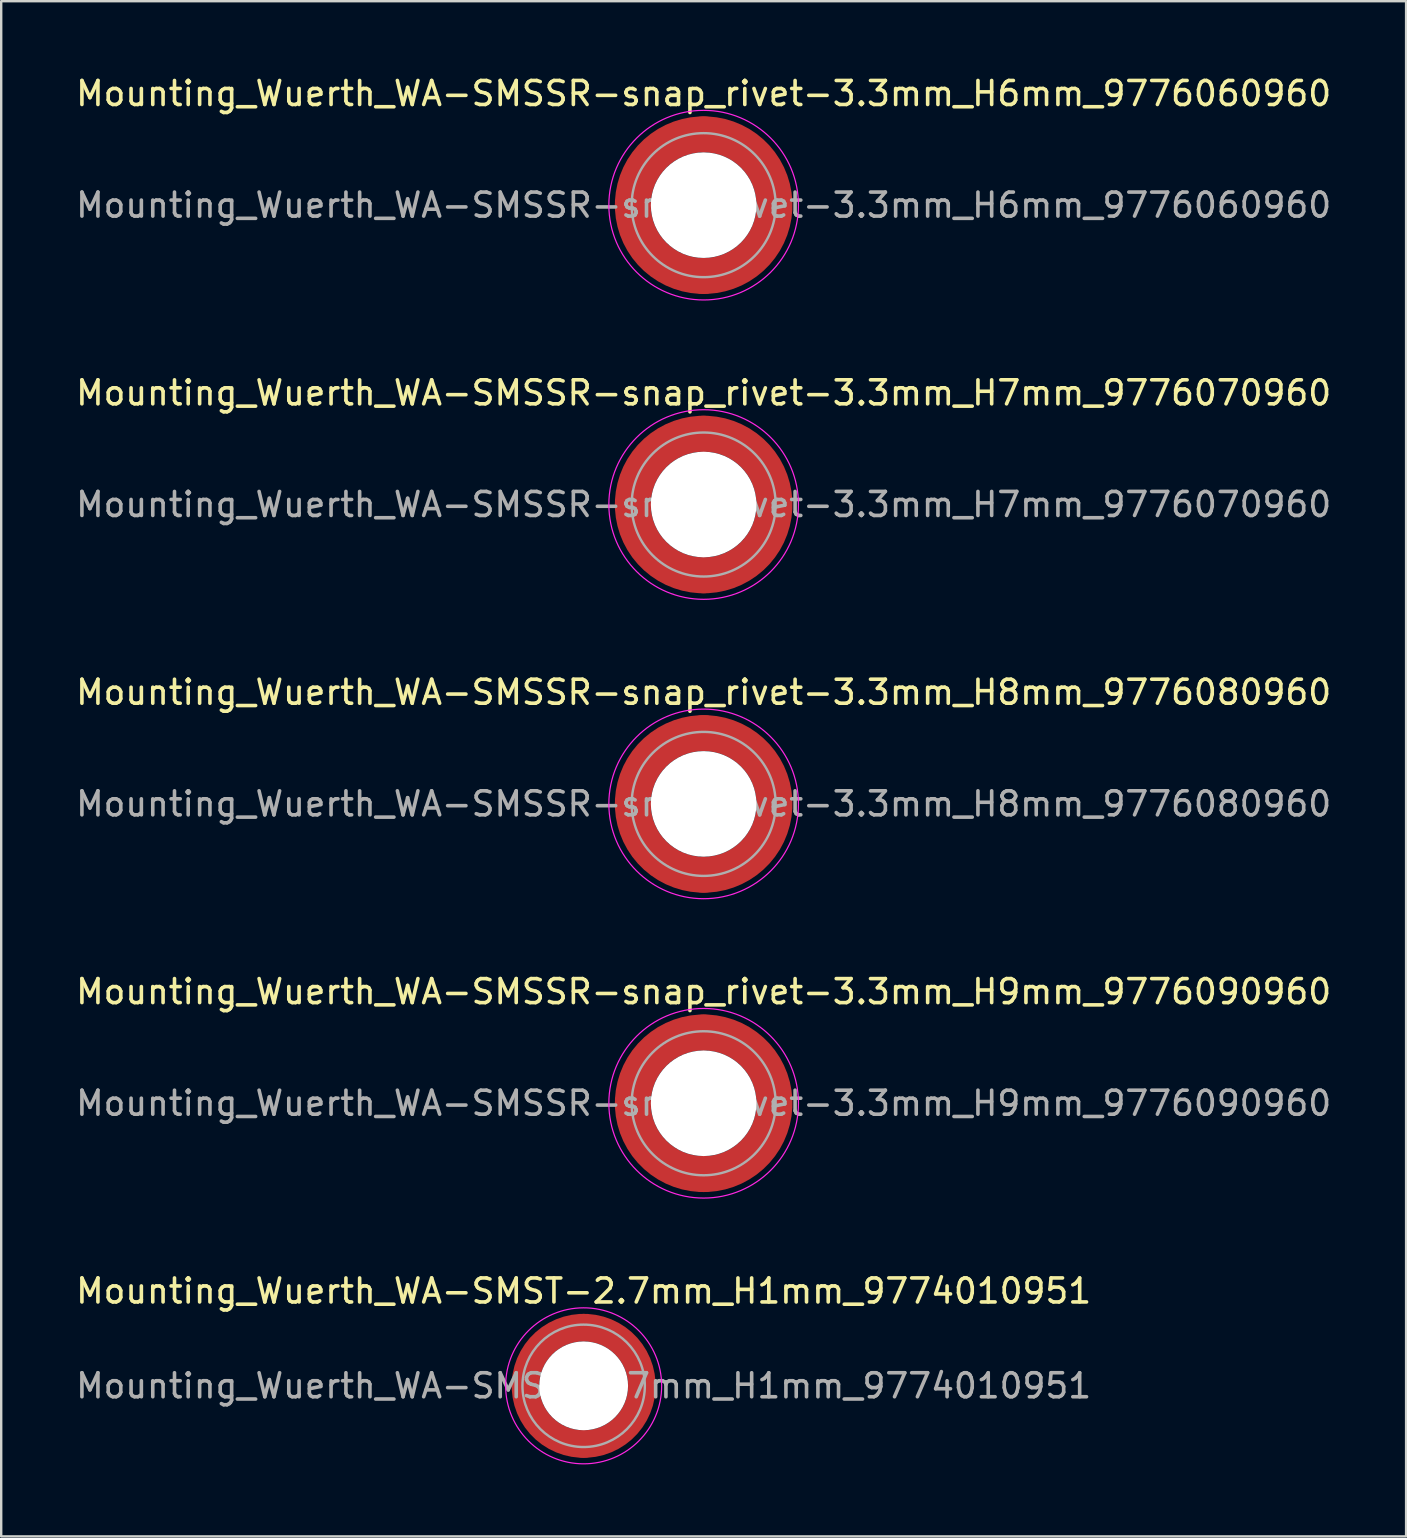
<source format=kicad_pcb>
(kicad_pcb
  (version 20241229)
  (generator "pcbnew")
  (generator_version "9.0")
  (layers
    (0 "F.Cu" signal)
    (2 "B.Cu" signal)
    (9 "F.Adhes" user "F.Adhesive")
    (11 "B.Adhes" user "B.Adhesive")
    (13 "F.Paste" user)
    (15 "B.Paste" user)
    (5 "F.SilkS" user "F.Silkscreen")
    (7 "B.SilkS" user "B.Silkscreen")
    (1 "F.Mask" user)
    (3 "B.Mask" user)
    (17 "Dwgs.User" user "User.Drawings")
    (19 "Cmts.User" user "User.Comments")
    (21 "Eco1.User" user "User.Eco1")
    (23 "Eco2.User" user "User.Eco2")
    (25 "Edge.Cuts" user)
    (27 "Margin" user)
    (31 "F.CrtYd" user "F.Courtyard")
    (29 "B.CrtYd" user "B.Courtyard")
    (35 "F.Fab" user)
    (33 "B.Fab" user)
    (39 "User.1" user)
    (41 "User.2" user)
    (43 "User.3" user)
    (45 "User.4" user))
  (footprint "Mounting_Wuerth_WA-SMSSR-snap_rivet-3.3mm_H7mm_9776070960"
    (layer "F.Cu")
    (at 26.268 17.971)
    (property "Reference" "Mounting_Wuerth_WA-SMSSR-snap_rivet-3.3mm_H7mm_9776070960" (at 0 -4.65 0) (layer "F.SilkS") (effects (font (size 1 1) (thickness 0.15))))
    (attr smd)
    (fp_circle (center 0 0) (end 3.95 0) (stroke (width 0.05) (type solid)) (fill no) (layer "F.CrtYd"))
    (fp_circle (center 0 0) (end 3 0) (stroke (width 0.1) (type solid)) (fill no) (layer "F.Fab"))
    (fp_text user "${REFERENCE}" (at 0 0 0) (layer "F.Fab") (effects (font (size 1 1) (thickness 0.15))))
    (pad "" smd custom (at -2.077 -2.077) (size 1.395 1.395) (layers "F.Paste") (options (anchor circle)) (primitives (gr_arc (start -0.400978 1.328376) (mid 0.246603 0.246603) (end 1.328376 -0.400978) (width 0.6975)) (gr_arc (start -0.763346 1.328376) (mid 0 0) (end 1.328376 -0.763346) (width 0.6975)) (gr_arc (start -1.122688 1.328376) (mid -0.246603 -0.246603) (end 1.328376 -1.122688) (width 0.6975)) (gr_line (start 1.328 -0.401) (end 1.328 -1.123) (width 0.698)) (gr_line (start -0.401 1.328) (end -1.123 1.328) (width 0.698))))
    (pad "" smd custom (at -2.077 2.077) (size 1.395 1.395) (layers "F.Paste") (options (anchor circle)) (primitives (gr_arc (start 1.328376 0.400978) (mid 0.246603 -0.246603) (end -0.400978 -1.328376) (width 0.6975)) (gr_arc (start 1.328376 0.763346) (mid 0 0) (end -0.763346 -1.328376) (width 0.6975)) (gr_arc (start 1.328376 1.122688) (mid -0.246603 0.246603) (end -1.122688 -1.328376) (width 0.6975)) (gr_line (start -0.401 -1.328) (end -1.123 -1.328) (width 0.698)) (gr_line (start 1.328 0.401) (end 1.328 1.123) (width 0.698))))
    (pad "" np_thru_hole circle (at 0 0) (size 4.4 4.4) (drill 4.4) (layers "*.Cu" "*.Mask"))
    (pad "" smd custom (at 2.077 -2.077) (size 1.395 1.395) (layers "F.Paste") (options (anchor circle)) (primitives (gr_arc (start -1.328376 -0.400978) (mid -0.246603 0.246603) (end 0.400978 1.328376) (width 0.6975)) (gr_arc (start -1.328376 -0.763346) (mid 0 0) (end 0.763346 1.328376) (width 0.6975)) (gr_arc (start -1.328376 -1.122688) (mid 0.246603 -0.246603) (end 1.122688 1.328376) (width 0.6975)) (gr_line (start 0.401 1.328) (end 1.123 1.328) (width 0.698)) (gr_line (start -1.328 -0.401) (end -1.328 -1.123) (width 0.698))))
    (pad "" smd custom (at 2.077 2.077) (size 1.395 1.395) (layers "F.Paste") (options (anchor circle)) (primitives (gr_arc (start 0.400978 -1.328376) (mid -0.246603 -0.246603) (end -1.328376 0.400978) (width 0.6975)) (gr_arc (start 0.763346 -1.328376) (mid 0 0) (end -1.328376 0.763346) (width 0.6975)) (gr_arc (start 1.122688 -1.328376) (mid 0.246603 0.246603) (end -1.328376 1.122688) (width 0.6975)) (gr_line (start -1.328 0.401) (end -1.328 1.123) (width 0.698)) (gr_line (start 0.401 -1.328) (end 1.123 -1.328) (width 0.698))))
    (pad "1" smd circle (at -2.95 0) (size 1.5 1.5) (layers "F.Cu"))
    (pad "1" smd circle (at 0 -2.95) (size 1.5 1.5) (layers "F.Cu"))
    (pad "1" smd circle (at 0 2.95) (size 1.5 1.5) (layers "F.Cu"))
    (pad "1" smd custom (at 2.95 0) (size 1.5 1.5) (layers "F.Cu" "F.Mask") (options (anchor circle)) (primitives (gr_circle (center -2.95 0) (end 0 0) (width 1.5) (fill no)))))
  (footprint "Mounting_Wuerth_WA-SMSSR-snap_rivet-3.3mm_H8mm_9776080960"
    (layer "F.Cu")
    (at 26.268 30.445)
    (property "Reference" "Mounting_Wuerth_WA-SMSSR-snap_rivet-3.3mm_H8mm_9776080960" (at 0 -4.65 0) (layer "F.SilkS") (effects (font (size 1 1) (thickness 0.15))))
    (attr smd)
    (fp_circle (center 0 0) (end 3.95 0) (stroke (width 0.05) (type solid)) (fill no) (layer "F.CrtYd"))
    (fp_circle (center 0 0) (end 3 0) (stroke (width 0.1) (type solid)) (fill no) (layer "F.Fab"))
    (fp_text user "${REFERENCE}" (at 0 0 0) (layer "F.Fab") (effects (font (size 1 1) (thickness 0.15))))
    (pad "" smd custom (at -2.077 -2.077) (size 1.395 1.395) (layers "F.Paste") (options (anchor circle)) (primitives (gr_arc (start -0.400978 1.328376) (mid 0.246603 0.246603) (end 1.328376 -0.400978) (width 0.6975)) (gr_arc (start -0.763346 1.328376) (mid 0 0) (end 1.328376 -0.763346) (width 0.6975)) (gr_arc (start -1.122688 1.328376) (mid -0.246603 -0.246603) (end 1.328376 -1.122688) (width 0.6975)) (gr_line (start 1.328 -0.401) (end 1.328 -1.123) (width 0.698)) (gr_line (start -0.401 1.328) (end -1.123 1.328) (width 0.698))))
    (pad "" smd custom (at -2.077 2.077) (size 1.395 1.395) (layers "F.Paste") (options (anchor circle)) (primitives (gr_arc (start 1.328376 0.400978) (mid 0.246603 -0.246603) (end -0.400978 -1.328376) (width 0.6975)) (gr_arc (start 1.328376 0.763346) (mid 0 0) (end -0.763346 -1.328376) (width 0.6975)) (gr_arc (start 1.328376 1.122688) (mid -0.246603 0.246603) (end -1.122688 -1.328376) (width 0.6975)) (gr_line (start -0.401 -1.328) (end -1.123 -1.328) (width 0.698)) (gr_line (start 1.328 0.401) (end 1.328 1.123) (width 0.698))))
    (pad "" np_thru_hole circle (at 0 0) (size 4.4 4.4) (drill 4.4) (layers "*.Cu" "*.Mask"))
    (pad "" smd custom (at 2.077 -2.077) (size 1.395 1.395) (layers "F.Paste") (options (anchor circle)) (primitives (gr_arc (start -1.328376 -0.400978) (mid -0.246603 0.246603) (end 0.400978 1.328376) (width 0.6975)) (gr_arc (start -1.328376 -0.763346) (mid 0 0) (end 0.763346 1.328376) (width 0.6975)) (gr_arc (start -1.328376 -1.122688) (mid 0.246603 -0.246603) (end 1.122688 1.328376) (width 0.6975)) (gr_line (start 0.401 1.328) (end 1.123 1.328) (width 0.698)) (gr_line (start -1.328 -0.401) (end -1.328 -1.123) (width 0.698))))
    (pad "" smd custom (at 2.077 2.077) (size 1.395 1.395) (layers "F.Paste") (options (anchor circle)) (primitives (gr_arc (start 0.400978 -1.328376) (mid -0.246603 -0.246603) (end -1.328376 0.400978) (width 0.6975)) (gr_arc (start 0.763346 -1.328376) (mid 0 0) (end -1.328376 0.763346) (width 0.6975)) (gr_arc (start 1.122688 -1.328376) (mid 0.246603 0.246603) (end -1.328376 1.122688) (width 0.6975)) (gr_line (start -1.328 0.401) (end -1.328 1.123) (width 0.698)) (gr_line (start 0.401 -1.328) (end 1.123 -1.328) (width 0.698))))
    (pad "1" smd circle (at -2.95 0) (size 1.5 1.5) (layers "F.Cu"))
    (pad "1" smd circle (at 0 -2.95) (size 1.5 1.5) (layers "F.Cu"))
    (pad "1" smd circle (at 0 2.95) (size 1.5 1.5) (layers "F.Cu"))
    (pad "1" smd custom (at 2.95 0) (size 1.5 1.5) (layers "F.Cu" "F.Mask") (options (anchor circle)) (primitives (gr_circle (center -2.95 0) (end 0 0) (width 1.5) (fill no)))))
  (footprint "Mounting_Wuerth_WA-SMSSR-snap_rivet-3.3mm_H9mm_9776090960"
    (layer "F.Cu")
    (at 26.268 42.918)
    (property "Reference" "Mounting_Wuerth_WA-SMSSR-snap_rivet-3.3mm_H9mm_9776090960" (at 0 -4.65 0) (layer "F.SilkS") (effects (font (size 1 1) (thickness 0.15))))
    (attr smd)
    (fp_circle (center 0 0) (end 3.95 0) (stroke (width 0.05) (type solid)) (fill no) (layer "F.CrtYd"))
    (fp_circle (center 0 0) (end 3 0) (stroke (width 0.1) (type solid)) (fill no) (layer "F.Fab"))
    (fp_text user "${REFERENCE}" (at 0 0 0) (layer "F.Fab") (effects (font (size 1 1) (thickness 0.15))))
    (pad "" smd custom (at -2.077 -2.077) (size 1.395 1.395) (layers "F.Paste") (options (anchor circle)) (primitives (gr_arc (start -0.400978 1.328376) (mid 0.246603 0.246603) (end 1.328376 -0.400978) (width 0.6975)) (gr_arc (start -0.763346 1.328376) (mid 0 0) (end 1.328376 -0.763346) (width 0.6975)) (gr_arc (start -1.122688 1.328376) (mid -0.246603 -0.246603) (end 1.328376 -1.122688) (width 0.6975)) (gr_line (start 1.328 -0.401) (end 1.328 -1.123) (width 0.698)) (gr_line (start -0.401 1.328) (end -1.123 1.328) (width 0.698))))
    (pad "" smd custom (at -2.077 2.077) (size 1.395 1.395) (layers "F.Paste") (options (anchor circle)) (primitives (gr_arc (start 1.328376 0.400978) (mid 0.246603 -0.246603) (end -0.400978 -1.328376) (width 0.6975)) (gr_arc (start 1.328376 0.763346) (mid 0 0) (end -0.763346 -1.328376) (width 0.6975)) (gr_arc (start 1.328376 1.122688) (mid -0.246603 0.246603) (end -1.122688 -1.328376) (width 0.6975)) (gr_line (start -0.401 -1.328) (end -1.123 -1.328) (width 0.698)) (gr_line (start 1.328 0.401) (end 1.328 1.123) (width 0.698))))
    (pad "" np_thru_hole circle (at 0 0) (size 4.4 4.4) (drill 4.4) (layers "*.Cu" "*.Mask"))
    (pad "" smd custom (at 2.077 -2.077) (size 1.395 1.395) (layers "F.Paste") (options (anchor circle)) (primitives (gr_arc (start -1.328376 -0.400978) (mid -0.246603 0.246603) (end 0.400978 1.328376) (width 0.6975)) (gr_arc (start -1.328376 -0.763346) (mid 0 0) (end 0.763346 1.328376) (width 0.6975)) (gr_arc (start -1.328376 -1.122688) (mid 0.246603 -0.246603) (end 1.122688 1.328376) (width 0.6975)) (gr_line (start 0.401 1.328) (end 1.123 1.328) (width 0.698)) (gr_line (start -1.328 -0.401) (end -1.328 -1.123) (width 0.698))))
    (pad "" smd custom (at 2.077 2.077) (size 1.395 1.395) (layers "F.Paste") (options (anchor circle)) (primitives (gr_arc (start 0.400978 -1.328376) (mid -0.246603 -0.246603) (end -1.328376 0.400978) (width 0.6975)) (gr_arc (start 0.763346 -1.328376) (mid 0 0) (end -1.328376 0.763346) (width 0.6975)) (gr_arc (start 1.122688 -1.328376) (mid 0.246603 0.246603) (end -1.328376 1.122688) (width 0.6975)) (gr_line (start -1.328 0.401) (end -1.328 1.123) (width 0.698)) (gr_line (start 0.401 -1.328) (end 1.123 -1.328) (width 0.698))))
    (pad "1" smd circle (at -2.95 0) (size 1.5 1.5) (layers "F.Cu"))
    (pad "1" smd circle (at 0 -2.95) (size 1.5 1.5) (layers "F.Cu"))
    (pad "1" smd circle (at 0 2.95) (size 1.5 1.5) (layers "F.Cu"))
    (pad "1" smd custom (at 2.95 0) (size 1.5 1.5) (layers "F.Cu" "F.Mask") (options (anchor circle)) (primitives (gr_circle (center -2.95 0) (end 0 0) (width 1.5) (fill no)))))
  (footprint "Mounting_Wuerth_WA-SMSSR-snap_rivet-3.3mm_H6mm_9776060960"
    (layer "F.Cu")
    (at 26.268 5.498)
    (property "Reference" "Mounting_Wuerth_WA-SMSSR-snap_rivet-3.3mm_H6mm_9776060960" (at 0 -4.65 0) (layer "F.SilkS") (effects (font (size 1 1) (thickness 0.15))))
    (attr smd)
    (fp_circle (center 0 0) (end 3.95 0) (stroke (width 0.05) (type solid)) (fill no) (layer "F.CrtYd"))
    (fp_circle (center 0 0) (end 3 0) (stroke (width 0.1) (type solid)) (fill no) (layer "F.Fab"))
    (fp_text user "${REFERENCE}" (at 0 0 0) (layer "F.Fab") (effects (font (size 1 1) (thickness 0.15))))
    (pad "" smd custom (at -2.077 -2.077) (size 1.395 1.395) (layers "F.Paste") (options (anchor circle)) (primitives (gr_arc (start -0.400978 1.328376) (mid 0.246603 0.246603) (end 1.328376 -0.400978) (width 0.6975)) (gr_arc (start -0.763346 1.328376) (mid 0 0) (end 1.328376 -0.763346) (width 0.6975)) (gr_arc (start -1.122688 1.328376) (mid -0.246603 -0.246603) (end 1.328376 -1.122688) (width 0.6975)) (gr_line (start 1.328 -0.401) (end 1.328 -1.123) (width 0.698)) (gr_line (start -0.401 1.328) (end -1.123 1.328) (width 0.698))))
    (pad "" smd custom (at -2.077 2.077) (size 1.395 1.395) (layers "F.Paste") (options (anchor circle)) (primitives (gr_arc (start 1.328376 0.400978) (mid 0.246603 -0.246603) (end -0.400978 -1.328376) (width 0.6975)) (gr_arc (start 1.328376 0.763346) (mid 0 0) (end -0.763346 -1.328376) (width 0.6975)) (gr_arc (start 1.328376 1.122688) (mid -0.246603 0.246603) (end -1.122688 -1.328376) (width 0.6975)) (gr_line (start -0.401 -1.328) (end -1.123 -1.328) (width 0.698)) (gr_line (start 1.328 0.401) (end 1.328 1.123) (width 0.698))))
    (pad "" np_thru_hole circle (at 0 0) (size 4.4 4.4) (drill 4.4) (layers "*.Cu" "*.Mask"))
    (pad "" smd custom (at 2.077 -2.077) (size 1.395 1.395) (layers "F.Paste") (options (anchor circle)) (primitives (gr_arc (start -1.328376 -0.400978) (mid -0.246603 0.246603) (end 0.400978 1.328376) (width 0.6975)) (gr_arc (start -1.328376 -0.763346) (mid 0 0) (end 0.763346 1.328376) (width 0.6975)) (gr_arc (start -1.328376 -1.122688) (mid 0.246603 -0.246603) (end 1.122688 1.328376) (width 0.6975)) (gr_line (start 0.401 1.328) (end 1.123 1.328) (width 0.698)) (gr_line (start -1.328 -0.401) (end -1.328 -1.123) (width 0.698))))
    (pad "" smd custom (at 2.077 2.077) (size 1.395 1.395) (layers "F.Paste") (options (anchor circle)) (primitives (gr_arc (start 0.400978 -1.328376) (mid -0.246603 -0.246603) (end -1.328376 0.400978) (width 0.6975)) (gr_arc (start 0.763346 -1.328376) (mid 0 0) (end -1.328376 0.763346) (width 0.6975)) (gr_arc (start 1.122688 -1.328376) (mid 0.246603 0.246603) (end -1.328376 1.122688) (width 0.6975)) (gr_line (start -1.328 0.401) (end -1.328 1.123) (width 0.698)) (gr_line (start 0.401 -1.328) (end 1.123 -1.328) (width 0.698))))
    (pad "1" smd circle (at -2.95 0) (size 1.5 1.5) (layers "F.Cu"))
    (pad "1" smd circle (at 0 -2.95) (size 1.5 1.5) (layers "F.Cu"))
    (pad "1" smd circle (at 0 2.95) (size 1.5 1.5) (layers "F.Cu"))
    (pad "1" smd custom (at 2.95 0) (size 1.5 1.5) (layers "F.Cu" "F.Mask") (options (anchor circle)) (primitives (gr_circle (center -2.95 0) (end 0 0) (width 1.5) (fill no)))))
  (footprint "Mounting_Wuerth_WA-SMST-2.7mm_H1mm_9774010951"
    (layer "F.Cu")
    (at 21.268 54.691)
    (property "Reference" "Mounting_Wuerth_WA-SMST-2.7mm_H1mm_9774010951" (at 0 -3.95 0) (layer "F.SilkS") (effects (font (size 1 1) (thickness 0.15))))
    (attr smd)
    (fp_circle (center 0 0) (end 3.25 0) (stroke (width 0.05) (type solid)) (fill no) (layer "F.CrtYd"))
    (fp_circle (center 0 0) (end 2.55 0) (stroke (width 0.1) (type solid)) (fill no) (layer "F.Fab"))
    (fp_text user "${REFERENCE}" (at 0 0 0) (layer "F.Fab") (effects (font (size 1 1) (thickness 0.15))))
    (pad "" smd custom (at -1.704 -1.704) (size 1.02 1.02) (layers "F.Paste") (options (anchor circle)) (primitives (gr_arc (start -0.371355 1.124127) (mid 0.180312 0.180312) (end 1.124127 -0.371355) (width 0.51)) (gr_arc (start -0.635039 1.124127) (mid 0 0) (end 1.124127 -0.635039) (width 0.51)) (gr_arc (start -0.896993 1.124127) (mid -0.180313 -0.180313) (end 1.124127 -0.896993) (width 0.51)) (gr_line (start 1.124 -0.371) (end 1.124 -0.897) (width 0.51)) (gr_line (start -0.371 1.124) (end -0.897 1.124) (width 0.51))))
    (pad "" smd custom (at -1.704 1.704) (size 1.02 1.02) (layers "F.Paste") (options (anchor circle)) (primitives (gr_arc (start 1.124127 0.371355) (mid 0.180312 -0.180312) (end -0.371355 -1.124127) (width 0.51)) (gr_arc (start 1.124127 0.635039) (mid 0 0) (end -0.635039 -1.124127) (width 0.51)) (gr_arc (start 1.124127 0.896993) (mid -0.180313 0.180313) (end -0.896993 -1.124127) (width 0.51)) (gr_line (start -0.371 -1.124) (end -0.897 -1.124) (width 0.51)) (gr_line (start 1.124 0.371) (end 1.124 0.897) (width 0.51))))
    (pad "" np_thru_hole circle (at 0 0) (size 3.7 3.7) (drill 3.7) (layers "*.Cu" "*.Mask"))
    (pad "" smd custom (at 1.704 -1.704) (size 1.02 1.02) (layers "F.Paste") (options (anchor circle)) (primitives (gr_arc (start -1.124127 -0.371355) (mid -0.180312 0.180312) (end 0.371355 1.124127) (width 0.51)) (gr_arc (start -1.124127 -0.635039) (mid 0 0) (end 0.635039 1.124127) (width 0.51)) (gr_arc (start -1.124127 -0.896993) (mid 0.180313 -0.180313) (end 0.896993 1.124127) (width 0.51)) (gr_line (start 0.371 1.124) (end 0.897 1.124) (width 0.51)) (gr_line (start -1.124 -0.371) (end -1.124 -0.897) (width 0.51))))
    (pad "" smd custom (at 1.704 1.704) (size 1.02 1.02) (layers "F.Paste") (options (anchor circle)) (primitives (gr_arc (start 0.371355 -1.124127) (mid -0.180312 -0.180312) (end -1.124127 0.371355) (width 0.51)) (gr_arc (start 0.635039 -1.124127) (mid 0 0) (end -1.124127 0.635039) (width 0.51)) (gr_arc (start 0.896993 -1.124127) (mid 0.180313 0.180313) (end -1.124127 0.896993) (width 0.51)) (gr_line (start -1.124 0.371) (end -1.124 0.897) (width 0.51)) (gr_line (start 0.371 -1.124) (end 0.897 -1.124) (width 0.51))))
    (pad "1" smd circle (at -2.425 0) (size 1.15 1.15) (layers "F.Cu"))
    (pad "1" smd circle (at 0 -2.425) (size 1.15 1.15) (layers "F.Cu"))
    (pad "1" smd circle (at 0 2.425) (size 1.15 1.15) (layers "F.Cu"))
    (pad "1" smd custom (at 2.425 0) (size 1.15 1.15) (layers "F.Cu" "F.Mask") (options (anchor circle)) (primitives (gr_circle (center -2.425 0) (end 0 0) (width 1.15) (fill no)))))
  (gr_rect
    (start -3 -3)
    (end 55.536 60.966)
    (stroke (width 0.1) (type default))
    (fill no)
    (layer "Edge.Cuts")))
</source>
